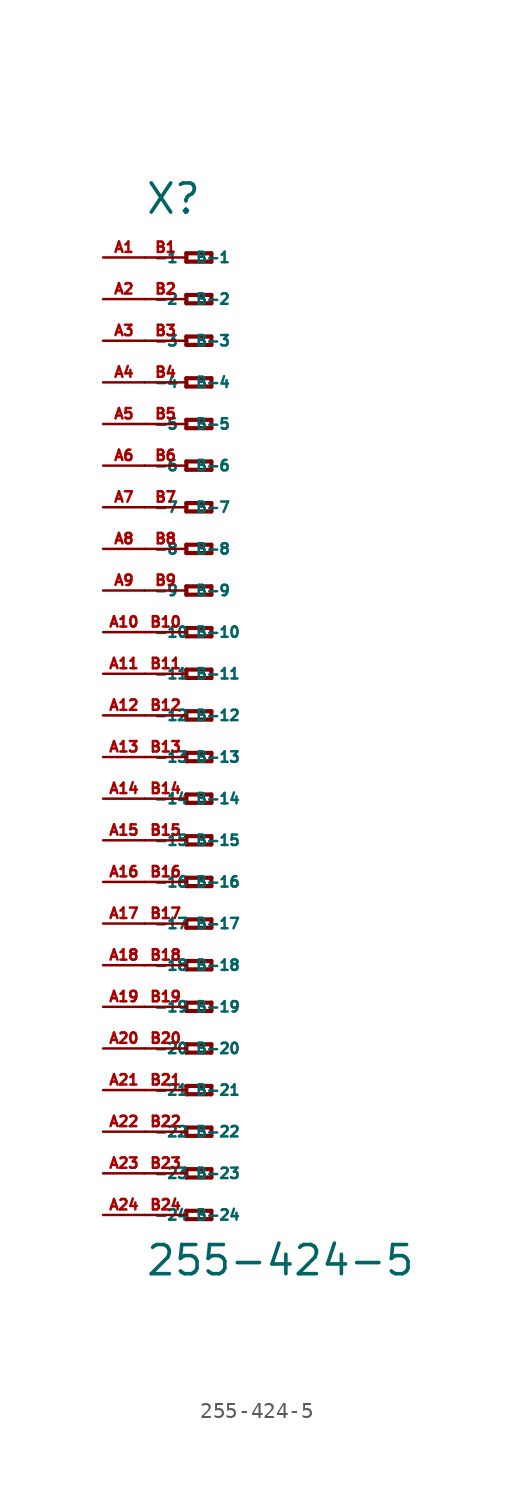
<source format=kicad_sym>
(kicad_symbol_lib
  (version 20220914)
  (generator Eagle2Kicad)
  (symbol "255-424-5"
    (property "Reference" "X"
      (at -5.08 30.48 0)
      (effects (font (size 1.778 1.778) (thickness 0.22)) (justify left bottom)))
    (property "Value" "255-424-5"
      (at -5.08 -34.29 0)
      (effects (font (size 1.778 1.778) (thickness 0.22)) (justify left bottom)))
    (polyline
      (pts (xy -2.54 28.194) (xy -2.54 27.686))
      (stroke (width 0.254) (type default))
      (fill (type none)))
    (polyline
      (pts (xy -2.54 27.686) (xy -1.016 27.686))
      (stroke (width 0.254) (type default))
      (fill (type none)))
    (polyline
      (pts (xy -1.016 27.686) (xy -1.016 28.194))
      (stroke (width 0.254) (type default))
      (fill (type none)))
    (polyline
      (pts (xy -1.016 28.194) (xy -2.54 28.194))
      (stroke (width 0.254) (type default))
      (fill (type none)))
    (polyline
      (pts (xy -2.54 25.654) (xy -2.54 25.146))
      (stroke (width 0.254) (type default))
      (fill (type none)))
    (polyline
      (pts (xy -2.54 25.146) (xy -1.016 25.146))
      (stroke (width 0.254) (type default))
      (fill (type none)))
    (polyline
      (pts (xy -1.016 25.146) (xy -1.016 25.654))
      (stroke (width 0.254) (type default))
      (fill (type none)))
    (polyline
      (pts (xy -1.016 25.654) (xy -2.54 25.654))
      (stroke (width 0.254) (type default))
      (fill (type none)))
    (polyline
      (pts (xy -2.54 23.114) (xy -2.54 22.606))
      (stroke (width 0.254) (type default))
      (fill (type none)))
    (polyline
      (pts (xy -2.54 22.606) (xy -1.016 22.606))
      (stroke (width 0.254) (type default))
      (fill (type none)))
    (polyline
      (pts (xy -1.016 22.606) (xy -1.016 23.114))
      (stroke (width 0.254) (type default))
      (fill (type none)))
    (polyline
      (pts (xy -1.016 23.114) (xy -2.54 23.114))
      (stroke (width 0.254) (type default))
      (fill (type none)))
    (polyline
      (pts (xy -2.54 20.574) (xy -2.54 20.066))
      (stroke (width 0.254) (type default))
      (fill (type none)))
    (polyline
      (pts (xy -2.54 20.066) (xy -1.016 20.066))
      (stroke (width 0.254) (type default))
      (fill (type none)))
    (polyline
      (pts (xy -1.016 20.066) (xy -1.016 20.574))
      (stroke (width 0.254) (type default))
      (fill (type none)))
    (polyline
      (pts (xy -1.016 20.574) (xy -2.54 20.574))
      (stroke (width 0.254) (type default))
      (fill (type none)))
    (polyline
      (pts (xy -2.54 18.034) (xy -2.54 17.526))
      (stroke (width 0.254) (type default))
      (fill (type none)))
    (polyline
      (pts (xy -2.54 17.526) (xy -1.016 17.526))
      (stroke (width 0.254) (type default))
      (fill (type none)))
    (polyline
      (pts (xy -1.016 17.526) (xy -1.016 18.034))
      (stroke (width 0.254) (type default))
      (fill (type none)))
    (polyline
      (pts (xy -1.016 18.034) (xy -2.54 18.034))
      (stroke (width 0.254) (type default))
      (fill (type none)))
    (polyline
      (pts (xy -2.54 15.494) (xy -2.54 14.986))
      (stroke (width 0.254) (type default))
      (fill (type none)))
    (polyline
      (pts (xy -2.54 14.986) (xy -1.016 14.986))
      (stroke (width 0.254) (type default))
      (fill (type none)))
    (polyline
      (pts (xy -1.016 14.986) (xy -1.016 15.494))
      (stroke (width 0.254) (type default))
      (fill (type none)))
    (polyline
      (pts (xy -1.016 15.494) (xy -2.54 15.494))
      (stroke (width 0.254) (type default))
      (fill (type none)))
    (polyline
      (pts (xy -2.54 12.954) (xy -2.54 12.446))
      (stroke (width 0.254) (type default))
      (fill (type none)))
    (polyline
      (pts (xy -2.54 12.446) (xy -1.016 12.446))
      (stroke (width 0.254) (type default))
      (fill (type none)))
    (polyline
      (pts (xy -1.016 12.446) (xy -1.016 12.954))
      (stroke (width 0.254) (type default))
      (fill (type none)))
    (polyline
      (pts (xy -1.016 12.954) (xy -2.54 12.954))
      (stroke (width 0.254) (type default))
      (fill (type none)))
    (polyline
      (pts (xy -2.54 10.414) (xy -2.54 9.906))
      (stroke (width 0.254) (type default))
      (fill (type none)))
    (polyline
      (pts (xy -2.54 9.906) (xy -1.016 9.906))
      (stroke (width 0.254) (type default))
      (fill (type none)))
    (polyline
      (pts (xy -1.016 9.906) (xy -1.016 10.414))
      (stroke (width 0.254) (type default))
      (fill (type none)))
    (polyline
      (pts (xy -1.016 10.414) (xy -2.54 10.414))
      (stroke (width 0.254) (type default))
      (fill (type none)))
    (polyline
      (pts (xy -2.54 7.874) (xy -2.54 7.366))
      (stroke (width 0.254) (type default))
      (fill (type none)))
    (polyline
      (pts (xy -2.54 7.366) (xy -1.016 7.366))
      (stroke (width 0.254) (type default))
      (fill (type none)))
    (polyline
      (pts (xy -1.016 7.366) (xy -1.016 7.874))
      (stroke (width 0.254) (type default))
      (fill (type none)))
    (polyline
      (pts (xy -1.016 7.874) (xy -2.54 7.874))
      (stroke (width 0.254) (type default))
      (fill (type none)))
    (polyline
      (pts (xy -2.54 5.334) (xy -2.54 4.826))
      (stroke (width 0.254) (type default))
      (fill (type none)))
    (polyline
      (pts (xy -2.54 4.826) (xy -1.016 4.826))
      (stroke (width 0.254) (type default))
      (fill (type none)))
    (polyline
      (pts (xy -1.016 4.826) (xy -1.016 5.334))
      (stroke (width 0.254) (type default))
      (fill (type none)))
    (polyline
      (pts (xy -1.016 5.334) (xy -2.54 5.334))
      (stroke (width 0.254) (type default))
      (fill (type none)))
    (polyline
      (pts (xy -2.54 2.794) (xy -2.54 2.286))
      (stroke (width 0.254) (type default))
      (fill (type none)))
    (polyline
      (pts (xy -2.54 2.286) (xy -1.016 2.286))
      (stroke (width 0.254) (type default))
      (fill (type none)))
    (polyline
      (pts (xy -1.016 2.286) (xy -1.016 2.794))
      (stroke (width 0.254) (type default))
      (fill (type none)))
    (polyline
      (pts (xy -1.016 2.794) (xy -2.54 2.794))
      (stroke (width 0.254) (type default))
      (fill (type none)))
    (polyline
      (pts (xy -2.54 0.254) (xy -2.54 -0.254))
      (stroke (width 0.254) (type default))
      (fill (type none)))
    (polyline
      (pts (xy -2.54 -0.254) (xy -1.016 -0.254))
      (stroke (width 0.254) (type default))
      (fill (type none)))
    (polyline
      (pts (xy -1.016 -0.254) (xy -1.016 0.254))
      (stroke (width 0.254) (type default))
      (fill (type none)))
    (polyline
      (pts (xy -1.016 0.254) (xy -2.54 0.254))
      (stroke (width 0.254) (type default))
      (fill (type none)))
    (polyline
      (pts (xy -2.54 -2.286) (xy -2.54 -2.794))
      (stroke (width 0.254) (type default))
      (fill (type none)))
    (polyline
      (pts (xy -2.54 -2.794) (xy -1.016 -2.794))
      (stroke (width 0.254) (type default))
      (fill (type none)))
    (polyline
      (pts (xy -1.016 -2.794) (xy -1.016 -2.286))
      (stroke (width 0.254) (type default))
      (fill (type none)))
    (polyline
      (pts (xy -1.016 -2.286) (xy -2.54 -2.286))
      (stroke (width 0.254) (type default))
      (fill (type none)))
    (polyline
      (pts (xy -2.54 -4.826) (xy -2.54 -5.334))
      (stroke (width 0.254) (type default))
      (fill (type none)))
    (polyline
      (pts (xy -2.54 -5.334) (xy -1.016 -5.334))
      (stroke (width 0.254) (type default))
      (fill (type none)))
    (polyline
      (pts (xy -1.016 -5.334) (xy -1.016 -4.826))
      (stroke (width 0.254) (type default))
      (fill (type none)))
    (polyline
      (pts (xy -1.016 -4.826) (xy -2.54 -4.826))
      (stroke (width 0.254) (type default))
      (fill (type none)))
    (polyline
      (pts (xy -2.54 -7.366) (xy -2.54 -7.874))
      (stroke (width 0.254) (type default))
      (fill (type none)))
    (polyline
      (pts (xy -2.54 -7.874) (xy -1.016 -7.874))
      (stroke (width 0.254) (type default))
      (fill (type none)))
    (polyline
      (pts (xy -1.016 -7.874) (xy -1.016 -7.366))
      (stroke (width 0.254) (type default))
      (fill (type none)))
    (polyline
      (pts (xy -1.016 -7.366) (xy -2.54 -7.366))
      (stroke (width 0.254) (type default))
      (fill (type none)))
    (polyline
      (pts (xy -2.54 -9.906) (xy -2.54 -10.414))
      (stroke (width 0.254) (type default))
      (fill (type none)))
    (polyline
      (pts (xy -2.54 -10.414) (xy -1.016 -10.414))
      (stroke (width 0.254) (type default))
      (fill (type none)))
    (polyline
      (pts (xy -1.016 -10.414) (xy -1.016 -9.906))
      (stroke (width 0.254) (type default))
      (fill (type none)))
    (polyline
      (pts (xy -1.016 -9.906) (xy -2.54 -9.906))
      (stroke (width 0.254) (type default))
      (fill (type none)))
    (polyline
      (pts (xy -2.54 -12.446) (xy -2.54 -12.954))
      (stroke (width 0.254) (type default))
      (fill (type none)))
    (polyline
      (pts (xy -2.54 -12.954) (xy -1.016 -12.954))
      (stroke (width 0.254) (type default))
      (fill (type none)))
    (polyline
      (pts (xy -1.016 -12.954) (xy -1.016 -12.446))
      (stroke (width 0.254) (type default))
      (fill (type none)))
    (polyline
      (pts (xy -1.016 -12.446) (xy -2.54 -12.446))
      (stroke (width 0.254) (type default))
      (fill (type none)))
    (polyline
      (pts (xy -2.54 -14.986) (xy -2.54 -15.494))
      (stroke (width 0.254) (type default))
      (fill (type none)))
    (polyline
      (pts (xy -2.54 -15.494) (xy -1.016 -15.494))
      (stroke (width 0.254) (type default))
      (fill (type none)))
    (polyline
      (pts (xy -1.016 -15.494) (xy -1.016 -14.986))
      (stroke (width 0.254) (type default))
      (fill (type none)))
    (polyline
      (pts (xy -1.016 -14.986) (xy -2.54 -14.986))
      (stroke (width 0.254) (type default))
      (fill (type none)))
    (polyline
      (pts (xy -2.54 -17.526) (xy -2.54 -18.034))
      (stroke (width 0.254) (type default))
      (fill (type none)))
    (polyline
      (pts (xy -2.54 -18.034) (xy -1.016 -18.034))
      (stroke (width 0.254) (type default))
      (fill (type none)))
    (polyline
      (pts (xy -1.016 -18.034) (xy -1.016 -17.526))
      (stroke (width 0.254) (type default))
      (fill (type none)))
    (polyline
      (pts (xy -1.016 -17.526) (xy -2.54 -17.526))
      (stroke (width 0.254) (type default))
      (fill (type none)))
    (polyline
      (pts (xy -2.54 -20.066) (xy -2.54 -20.574))
      (stroke (width 0.254) (type default))
      (fill (type none)))
    (polyline
      (pts (xy -2.54 -20.574) (xy -1.016 -20.574))
      (stroke (width 0.254) (type default))
      (fill (type none)))
    (polyline
      (pts (xy -1.016 -20.574) (xy -1.016 -20.066))
      (stroke (width 0.254) (type default))
      (fill (type none)))
    (polyline
      (pts (xy -1.016 -20.066) (xy -2.54 -20.066))
      (stroke (width 0.254) (type default))
      (fill (type none)))
    (polyline
      (pts (xy -2.54 -22.606) (xy -2.54 -23.114))
      (stroke (width 0.254) (type default))
      (fill (type none)))
    (polyline
      (pts (xy -2.54 -23.114) (xy -1.016 -23.114))
      (stroke (width 0.254) (type default))
      (fill (type none)))
    (polyline
      (pts (xy -1.016 -23.114) (xy -1.016 -22.606))
      (stroke (width 0.254) (type default))
      (fill (type none)))
    (polyline
      (pts (xy -1.016 -22.606) (xy -2.54 -22.606))
      (stroke (width 0.254) (type default))
      (fill (type none)))
    (polyline
      (pts (xy -2.54 -25.146) (xy -2.54 -25.654))
      (stroke (width 0.254) (type default))
      (fill (type none)))
    (polyline
      (pts (xy -2.54 -25.654) (xy -1.016 -25.654))
      (stroke (width 0.254) (type default))
      (fill (type none)))
    (polyline
      (pts (xy -1.016 -25.654) (xy -1.016 -25.146))
      (stroke (width 0.254) (type default))
      (fill (type none)))
    (polyline
      (pts (xy -1.016 -25.146) (xy -2.54 -25.146))
      (stroke (width 0.254) (type default))
      (fill (type none)))
    (polyline
      (pts (xy -2.54 -27.686) (xy -2.54 -28.194))
      (stroke (width 0.254) (type default))
      (fill (type none)))
    (polyline
      (pts (xy -2.54 -28.194) (xy -1.016 -28.194))
      (stroke (width 0.254) (type default))
      (fill (type none)))
    (polyline
      (pts (xy -1.016 -28.194) (xy -1.016 -27.686))
      (stroke (width 0.254) (type default))
      (fill (type none)))
    (polyline
      (pts (xy -1.016 -27.686) (xy -2.54 -27.686))
      (stroke (width 0.254) (type default))
      (fill (type none)))
    (polyline
      (pts (xy -2.54 -30.226) (xy -2.54 -30.734))
      (stroke (width 0.254) (type default))
      (fill (type none)))
    (polyline
      (pts (xy -2.54 -30.734) (xy -1.016 -30.734))
      (stroke (width 0.254) (type default))
      (fill (type none)))
    (polyline
      (pts (xy -1.016 -30.734) (xy -1.016 -30.226))
      (stroke (width 0.254) (type default))
      (fill (type none)))
    (polyline
      (pts (xy -1.016 -30.226) (xy -2.54 -30.226))
      (stroke (width 0.254) (type default))
      (fill (type none)))
    (pin passive line
      (at -7.62 27.94 0)
      (length 2.54)
      (name "-1" (effects (font (size 0.635 0.635) (thickness 0.08)) (justify left bottom)))
      (number "A1" (effects (font (size 0.635 0.635) (thickness 0.08)) (justify left bottom))))
    (pin passive line
      (at -7.62 25.4 0)
      (length 2.54)
      (name "-2" (effects (font (size 0.635 0.635) (thickness 0.08)) (justify left bottom)))
      (number "A2" (effects (font (size 0.635 0.635) (thickness 0.08)) (justify left bottom))))
    (pin passive line
      (at -7.62 22.86 0)
      (length 2.54)
      (name "-3" (effects (font (size 0.635 0.635) (thickness 0.08)) (justify left bottom)))
      (number "A3" (effects (font (size 0.635 0.635) (thickness 0.08)) (justify left bottom))))
    (pin passive line
      (at -7.62 20.32 0)
      (length 2.54)
      (name "-4" (effects (font (size 0.635 0.635) (thickness 0.08)) (justify left bottom)))
      (number "A4" (effects (font (size 0.635 0.635) (thickness 0.08)) (justify left bottom))))
    (pin passive line
      (at -7.62 17.78 0)
      (length 2.54)
      (name "-5" (effects (font (size 0.635 0.635) (thickness 0.08)) (justify left bottom)))
      (number "A5" (effects (font (size 0.635 0.635) (thickness 0.08)) (justify left bottom))))
    (pin passive line
      (at -7.62 15.24 0)
      (length 2.54)
      (name "-6" (effects (font (size 0.635 0.635) (thickness 0.08)) (justify left bottom)))
      (number "A6" (effects (font (size 0.635 0.635) (thickness 0.08)) (justify left bottom))))
    (pin passive line
      (at -7.62 12.7 0)
      (length 2.54)
      (name "-7" (effects (font (size 0.635 0.635) (thickness 0.08)) (justify left bottom)))
      (number "A7" (effects (font (size 0.635 0.635) (thickness 0.08)) (justify left bottom))))
    (pin passive line
      (at -7.62 10.16 0)
      (length 2.54)
      (name "-8" (effects (font (size 0.635 0.635) (thickness 0.08)) (justify left bottom)))
      (number "A8" (effects (font (size 0.635 0.635) (thickness 0.08)) (justify left bottom))))
    (pin passive line
      (at -7.62 7.62 0)
      (length 2.54)
      (name "-9" (effects (font (size 0.635 0.635) (thickness 0.08)) (justify left bottom)))
      (number "A9" (effects (font (size 0.635 0.635) (thickness 0.08)) (justify left bottom))))
    (pin passive line
      (at -7.62 5.08 0)
      (length 2.54)
      (name "-10" (effects (font (size 0.635 0.635) (thickness 0.08)) (justify left bottom)))
      (number "A10" (effects (font (size 0.635 0.635) (thickness 0.08)) (justify left bottom))))
    (pin passive line
      (at -7.62 2.54 0)
      (length 2.54)
      (name "-11" (effects (font (size 0.635 0.635) (thickness 0.08)) (justify left bottom)))
      (number "A11" (effects (font (size 0.635 0.635) (thickness 0.08)) (justify left bottom))))
    (pin passive line
      (at -7.62 0 0)
      (length 2.54)
      (name "-12" (effects (font (size 0.635 0.635) (thickness 0.08)) (justify left bottom)))
      (number "A12" (effects (font (size 0.635 0.635) (thickness 0.08)) (justify left bottom))))
    (pin passive line
      (at -7.62 -2.54 0)
      (length 2.54)
      (name "-13" (effects (font (size 0.635 0.635) (thickness 0.08)) (justify left bottom)))
      (number "A13" (effects (font (size 0.635 0.635) (thickness 0.08)) (justify left bottom))))
    (pin passive line
      (at -7.62 -5.08 0)
      (length 2.54)
      (name "-14" (effects (font (size 0.635 0.635) (thickness 0.08)) (justify left bottom)))
      (number "A14" (effects (font (size 0.635 0.635) (thickness 0.08)) (justify left bottom))))
    (pin passive line
      (at -7.62 -7.62 0)
      (length 2.54)
      (name "-15" (effects (font (size 0.635 0.635) (thickness 0.08)) (justify left bottom)))
      (number "A15" (effects (font (size 0.635 0.635) (thickness 0.08)) (justify left bottom))))
    (pin passive line
      (at -7.62 -10.16 0)
      (length 2.54)
      (name "-16" (effects (font (size 0.635 0.635) (thickness 0.08)) (justify left bottom)))
      (number "A16" (effects (font (size 0.635 0.635) (thickness 0.08)) (justify left bottom))))
    (pin passive line
      (at -7.62 -12.7 0)
      (length 2.54)
      (name "-17" (effects (font (size 0.635 0.635) (thickness 0.08)) (justify left bottom)))
      (number "A17" (effects (font (size 0.635 0.635) (thickness 0.08)) (justify left bottom))))
    (pin passive line
      (at -7.62 -15.24 0)
      (length 2.54)
      (name "-18" (effects (font (size 0.635 0.635) (thickness 0.08)) (justify left bottom)))
      (number "A18" (effects (font (size 0.635 0.635) (thickness 0.08)) (justify left bottom))))
    (pin passive line
      (at -7.62 -17.78 0)
      (length 2.54)
      (name "-19" (effects (font (size 0.635 0.635) (thickness 0.08)) (justify left bottom)))
      (number "A19" (effects (font (size 0.635 0.635) (thickness 0.08)) (justify left bottom))))
    (pin passive line
      (at -7.62 -20.32 0)
      (length 2.54)
      (name "-20" (effects (font (size 0.635 0.635) (thickness 0.08)) (justify left bottom)))
      (number "A20" (effects (font (size 0.635 0.635) (thickness 0.08)) (justify left bottom))))
    (pin passive line
      (at -7.62 -22.86 0)
      (length 2.54)
      (name "-21" (effects (font (size 0.635 0.635) (thickness 0.08)) (justify left bottom)))
      (number "A21" (effects (font (size 0.635 0.635) (thickness 0.08)) (justify left bottom))))
    (pin passive line
      (at -7.62 -25.4 0)
      (length 2.54)
      (name "-22" (effects (font (size 0.635 0.635) (thickness 0.08)) (justify left bottom)))
      (number "A22" (effects (font (size 0.635 0.635) (thickness 0.08)) (justify left bottom))))
    (pin passive line
      (at -7.62 -27.94 0)
      (length 2.54)
      (name "-23" (effects (font (size 0.635 0.635) (thickness 0.08)) (justify left bottom)))
      (number "A23" (effects (font (size 0.635 0.635) (thickness 0.08)) (justify left bottom))))
    (pin passive line
      (at -7.62 -30.48 0)
      (length 2.54)
      (name "-24" (effects (font (size 0.635 0.635) (thickness 0.08)) (justify left bottom)))
      (number "A24" (effects (font (size 0.635 0.635) (thickness 0.08)) (justify left bottom))))
    (pin passive line
      (at -5.08 -30.48 0)
      (length 2.54)
      (name "B-24" (effects (font (size 0.635 0.635) (thickness 0.08)) (justify left bottom)))
      (number "B24" (effects (font (size 0.635 0.635) (thickness 0.08)) (justify left bottom))))
    (pin passive line
      (at -5.08 27.94 0)
      (length 2.54)
      (name "B-1" (effects (font (size 0.635 0.635) (thickness 0.08)) (justify left bottom)))
      (number "B1" (effects (font (size 0.635 0.635) (thickness 0.08)) (justify left bottom))))
    (pin passive line
      (at -5.08 25.4 0)
      (length 2.54)
      (name "B-2" (effects (font (size 0.635 0.635) (thickness 0.08)) (justify left bottom)))
      (number "B2" (effects (font (size 0.635 0.635) (thickness 0.08)) (justify left bottom))))
    (pin passive line
      (at -5.08 22.86 0)
      (length 2.54)
      (name "B-3" (effects (font (size 0.635 0.635) (thickness 0.08)) (justify left bottom)))
      (number "B3" (effects (font (size 0.635 0.635) (thickness 0.08)) (justify left bottom))))
    (pin passive line
      (at -5.08 20.32 0)
      (length 2.54)
      (name "B-4" (effects (font (size 0.635 0.635) (thickness 0.08)) (justify left bottom)))
      (number "B4" (effects (font (size 0.635 0.635) (thickness 0.08)) (justify left bottom))))
    (pin passive line
      (at -5.08 17.78 0)
      (length 2.54)
      (name "B-5" (effects (font (size 0.635 0.635) (thickness 0.08)) (justify left bottom)))
      (number "B5" (effects (font (size 0.635 0.635) (thickness 0.08)) (justify left bottom))))
    (pin passive line
      (at -5.08 15.24 0)
      (length 2.54)
      (name "B-6" (effects (font (size 0.635 0.635) (thickness 0.08)) (justify left bottom)))
      (number "B6" (effects (font (size 0.635 0.635) (thickness 0.08)) (justify left bottom))))
    (pin passive line
      (at -5.08 12.7 0)
      (length 2.54)
      (name "B-7" (effects (font (size 0.635 0.635) (thickness 0.08)) (justify left bottom)))
      (number "B7" (effects (font (size 0.635 0.635) (thickness 0.08)) (justify left bottom))))
    (pin passive line
      (at -5.08 10.16 0)
      (length 2.54)
      (name "B-8" (effects (font (size 0.635 0.635) (thickness 0.08)) (justify left bottom)))
      (number "B8" (effects (font (size 0.635 0.635) (thickness 0.08)) (justify left bottom))))
    (pin passive line
      (at -5.08 7.62 0)
      (length 2.54)
      (name "B-9" (effects (font (size 0.635 0.635) (thickness 0.08)) (justify left bottom)))
      (number "B9" (effects (font (size 0.635 0.635) (thickness 0.08)) (justify left bottom))))
    (pin passive line
      (at -5.08 5.08 0)
      (length 2.54)
      (name "B-10" (effects (font (size 0.635 0.635) (thickness 0.08)) (justify left bottom)))
      (number "B10" (effects (font (size 0.635 0.635) (thickness 0.08)) (justify left bottom))))
    (pin passive line
      (at -5.08 2.54 0)
      (length 2.54)
      (name "B-11" (effects (font (size 0.635 0.635) (thickness 0.08)) (justify left bottom)))
      (number "B11" (effects (font (size 0.635 0.635) (thickness 0.08)) (justify left bottom))))
    (pin passive line
      (at -5.08 0 0)
      (length 2.54)
      (name "B-12" (effects (font (size 0.635 0.635) (thickness 0.08)) (justify left bottom)))
      (number "B12" (effects (font (size 0.635 0.635) (thickness 0.08)) (justify left bottom))))
    (pin passive line
      (at -5.08 -2.54 0)
      (length 2.54)
      (name "B-13" (effects (font (size 0.635 0.635) (thickness 0.08)) (justify left bottom)))
      (number "B13" (effects (font (size 0.635 0.635) (thickness 0.08)) (justify left bottom))))
    (pin passive line
      (at -5.08 -5.08 0)
      (length 2.54)
      (name "B-14" (effects (font (size 0.635 0.635) (thickness 0.08)) (justify left bottom)))
      (number "B14" (effects (font (size 0.635 0.635) (thickness 0.08)) (justify left bottom))))
    (pin passive line
      (at -5.08 -7.62 0)
      (length 2.54)
      (name "B-15" (effects (font (size 0.635 0.635) (thickness 0.08)) (justify left bottom)))
      (number "B15" (effects (font (size 0.635 0.635) (thickness 0.08)) (justify left bottom))))
    (pin passive line
      (at -5.08 -10.16 0)
      (length 2.54)
      (name "B-16" (effects (font (size 0.635 0.635) (thickness 0.08)) (justify left bottom)))
      (number "B16" (effects (font (size 0.635 0.635) (thickness 0.08)) (justify left bottom))))
    (pin passive line
      (at -5.08 -12.7 0)
      (length 2.54)
      (name "B-17" (effects (font (size 0.635 0.635) (thickness 0.08)) (justify left bottom)))
      (number "B17" (effects (font (size 0.635 0.635) (thickness 0.08)) (justify left bottom))))
    (pin passive line
      (at -5.08 -15.24 0)
      (length 2.54)
      (name "B-18" (effects (font (size 0.635 0.635) (thickness 0.08)) (justify left bottom)))
      (number "B18" (effects (font (size 0.635 0.635) (thickness 0.08)) (justify left bottom))))
    (pin passive line
      (at -5.08 -17.78 0)
      (length 2.54)
      (name "B-19" (effects (font (size 0.635 0.635) (thickness 0.08)) (justify left bottom)))
      (number "B19" (effects (font (size 0.635 0.635) (thickness 0.08)) (justify left bottom))))
    (pin passive line
      (at -5.08 -20.32 0)
      (length 2.54)
      (name "B-20" (effects (font (size 0.635 0.635) (thickness 0.08)) (justify left bottom)))
      (number "B20" (effects (font (size 0.635 0.635) (thickness 0.08)) (justify left bottom))))
    (pin passive line
      (at -5.08 -22.86 0)
      (length 2.54)
      (name "B-21" (effects (font (size 0.635 0.635) (thickness 0.08)) (justify left bottom)))
      (number "B21" (effects (font (size 0.635 0.635) (thickness 0.08)) (justify left bottom))))
    (pin passive line
      (at -5.08 -25.4 0)
      (length 2.54)
      (name "B-22" (effects (font (size 0.635 0.635) (thickness 0.08)) (justify left bottom)))
      (number "B22" (effects (font (size 0.635 0.635) (thickness 0.08)) (justify left bottom))))
    (pin passive line
      (at -5.08 -27.94 0)
      (length 2.54)
      (name "B-23" (effects (font (size 0.635 0.635) (thickness 0.08)) (justify left bottom)))
      (number "B23" (effects (font (size 0.635 0.635) (thickness 0.08)) (justify left bottom))))))
</source>
